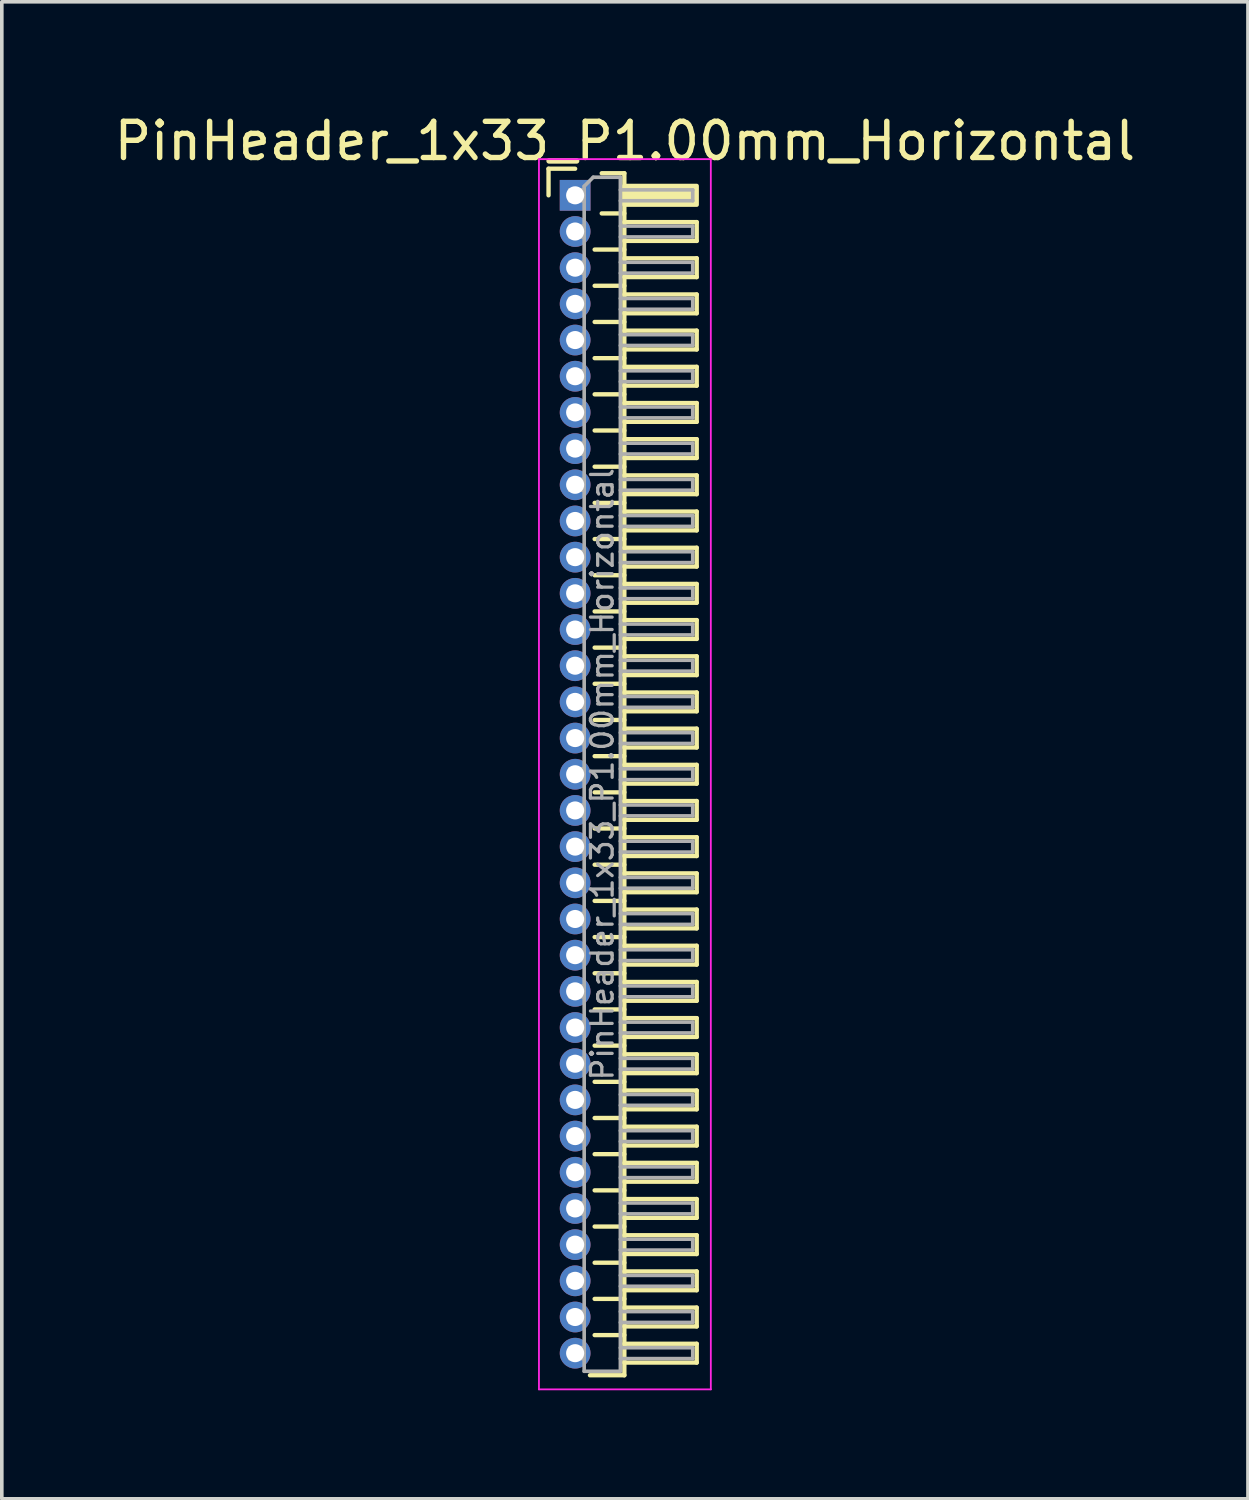
<source format=kicad_pcb>
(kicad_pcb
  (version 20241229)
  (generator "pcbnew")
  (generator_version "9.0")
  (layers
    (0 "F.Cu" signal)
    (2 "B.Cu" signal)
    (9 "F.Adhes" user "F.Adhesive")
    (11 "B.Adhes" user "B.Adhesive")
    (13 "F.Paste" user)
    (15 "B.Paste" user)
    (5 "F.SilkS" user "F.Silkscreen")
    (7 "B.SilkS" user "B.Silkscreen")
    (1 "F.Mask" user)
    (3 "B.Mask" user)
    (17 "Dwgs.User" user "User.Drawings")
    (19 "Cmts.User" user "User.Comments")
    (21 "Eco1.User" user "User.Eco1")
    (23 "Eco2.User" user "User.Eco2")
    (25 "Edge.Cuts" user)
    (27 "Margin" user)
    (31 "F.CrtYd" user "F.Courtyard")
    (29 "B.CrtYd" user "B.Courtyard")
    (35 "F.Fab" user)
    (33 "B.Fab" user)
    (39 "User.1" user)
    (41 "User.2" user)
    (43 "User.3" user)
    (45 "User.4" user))
  (footprint "PinHeader_1x33_P1.00mm_Horizontal"
    (layer "F.Cu")
    (at 12.845 2.348)
    (property "Reference" "PinHeader_1x33_P1.00mm_Horizontal" (at 1.375 -1.5 0) (layer "F.SilkS") (effects (font (size 1 1) (thickness 0.15))))
    (attr through_hole)
    (fp_line (start -0.735 -0.735) (end 0 -0.735) (stroke (width 0.12) (type solid)) (layer "F.SilkS"))
    (fp_line (start -0.735 0) (end -0.735 -0.735) (stroke (width 0.12) (type solid)) (layer "F.SilkS"))
    (fp_line (start 0.539 1.5) (end 1.36 1.5) (stroke (width 0.12) (type solid)) (layer "F.SilkS"))
    (fp_line (start 0.539 2.5) (end 1.36 2.5) (stroke (width 0.12) (type solid)) (layer "F.SilkS"))
    (fp_line (start 0.539 3.5) (end 1.36 3.5) (stroke (width 0.12) (type solid)) (layer "F.SilkS"))
    (fp_line (start 0.539 4.5) (end 1.36 4.5) (stroke (width 0.12) (type solid)) (layer "F.SilkS"))
    (fp_line (start 0.539 5.5) (end 1.36 5.5) (stroke (width 0.12) (type solid)) (layer "F.SilkS"))
    (fp_line (start 0.539 6.5) (end 1.36 6.5) (stroke (width 0.12) (type solid)) (layer "F.SilkS"))
    (fp_line (start 0.539 7.5) (end 1.36 7.5) (stroke (width 0.12) (type solid)) (layer "F.SilkS"))
    (fp_line (start 0.539 8.5) (end 1.36 8.5) (stroke (width 0.12) (type solid)) (layer "F.SilkS"))
    (fp_line (start 0.539 9.5) (end 1.36 9.5) (stroke (width 0.12) (type solid)) (layer "F.SilkS"))
    (fp_line (start 0.539 10.5) (end 1.36 10.5) (stroke (width 0.12) (type solid)) (layer "F.SilkS"))
    (fp_line (start 0.539 11.5) (end 1.36 11.5) (stroke (width 0.12) (type solid)) (layer "F.SilkS"))
    (fp_line (start 0.539 12.5) (end 1.36 12.5) (stroke (width 0.12) (type solid)) (layer "F.SilkS"))
    (fp_line (start 0.539 13.5) (end 1.36 13.5) (stroke (width 0.12) (type solid)) (layer "F.SilkS"))
    (fp_line (start 0.539 14.5) (end 1.36 14.5) (stroke (width 0.12) (type solid)) (layer "F.SilkS"))
    (fp_line (start 0.539 15.5) (end 1.36 15.5) (stroke (width 0.12) (type solid)) (layer "F.SilkS"))
    (fp_line (start 0.539 16.5) (end 1.36 16.5) (stroke (width 0.12) (type solid)) (layer "F.SilkS"))
    (fp_line (start 0.539 17.5) (end 1.36 17.5) (stroke (width 0.12) (type solid)) (layer "F.SilkS"))
    (fp_line (start 0.539 18.5) (end 1.36 18.5) (stroke (width 0.12) (type solid)) (layer "F.SilkS"))
    (fp_line (start 0.539 19.5) (end 1.36 19.5) (stroke (width 0.12) (type solid)) (layer "F.SilkS"))
    (fp_line (start 0.539 20.5) (end 1.36 20.5) (stroke (width 0.12) (type solid)) (layer "F.SilkS"))
    (fp_line (start 0.539 21.5) (end 1.36 21.5) (stroke (width 0.12) (type solid)) (layer "F.SilkS"))
    (fp_line (start 0.539 22.5) (end 1.36 22.5) (stroke (width 0.12) (type solid)) (layer "F.SilkS"))
    (fp_line (start 0.539 23.5) (end 1.36 23.5) (stroke (width 0.12) (type solid)) (layer "F.SilkS"))
    (fp_line (start 0.539 24.5) (end 1.36 24.5) (stroke (width 0.12) (type solid)) (layer "F.SilkS"))
    (fp_line (start 0.539 25.5) (end 1.36 25.5) (stroke (width 0.12) (type solid)) (layer "F.SilkS"))
    (fp_line (start 0.539 26.5) (end 1.36 26.5) (stroke (width 0.12) (type solid)) (layer "F.SilkS"))
    (fp_line (start 0.539 27.5) (end 1.36 27.5) (stroke (width 0.12) (type solid)) (layer "F.SilkS"))
    (fp_line (start 0.539 28.5) (end 1.36 28.5) (stroke (width 0.12) (type solid)) (layer "F.SilkS"))
    (fp_line (start 0.539 29.5) (end 1.36 29.5) (stroke (width 0.12) (type solid)) (layer "F.SilkS"))
    (fp_line (start 0.539 30.5) (end 1.36 30.5) (stroke (width 0.12) (type solid)) (layer "F.SilkS"))
    (fp_line (start 0.539 31.5) (end 1.36 31.5) (stroke (width 0.12) (type solid)) (layer "F.SilkS"))
    (fp_line (start 0.735 -0.61) (end 1.36 -0.61) (stroke (width 0.12) (type solid)) (layer "F.SilkS"))
    (fp_line (start 0.735 0.5) (end 1.36 0.5) (stroke (width 0.12) (type solid)) (layer "F.SilkS"))
    (fp_line (start 1.36 -0.61) (end 1.36 32.61) (stroke (width 0.12) (type solid)) (layer "F.SilkS"))
    (fp_line (start 1.36 0.74) (end 3.36 0.74) (stroke (width 0.12) (type solid)) (layer "F.SilkS"))
    (fp_line (start 1.36 1.74) (end 3.36 1.74) (stroke (width 0.12) (type solid)) (layer "F.SilkS"))
    (fp_line (start 1.36 2.74) (end 3.36 2.74) (stroke (width 0.12) (type solid)) (layer "F.SilkS"))
    (fp_line (start 1.36 3.74) (end 3.36 3.74) (stroke (width 0.12) (type solid)) (layer "F.SilkS"))
    (fp_line (start 1.36 4.74) (end 3.36 4.74) (stroke (width 0.12) (type solid)) (layer "F.SilkS"))
    (fp_line (start 1.36 5.74) (end 3.36 5.74) (stroke (width 0.12) (type solid)) (layer "F.SilkS"))
    (fp_line (start 1.36 6.74) (end 3.36 6.74) (stroke (width 0.12) (type solid)) (layer "F.SilkS"))
    (fp_line (start 1.36 7.74) (end 3.36 7.74) (stroke (width 0.12) (type solid)) (layer "F.SilkS"))
    (fp_line (start 1.36 8.74) (end 3.36 8.74) (stroke (width 0.12) (type solid)) (layer "F.SilkS"))
    (fp_line (start 1.36 9.74) (end 3.36 9.74) (stroke (width 0.12) (type solid)) (layer "F.SilkS"))
    (fp_line (start 1.36 10.74) (end 3.36 10.74) (stroke (width 0.12) (type solid)) (layer "F.SilkS"))
    (fp_line (start 1.36 11.74) (end 3.36 11.74) (stroke (width 0.12) (type solid)) (layer "F.SilkS"))
    (fp_line (start 1.36 12.74) (end 3.36 12.74) (stroke (width 0.12) (type solid)) (layer "F.SilkS"))
    (fp_line (start 1.36 13.74) (end 3.36 13.74) (stroke (width 0.12) (type solid)) (layer "F.SilkS"))
    (fp_line (start 1.36 14.74) (end 3.36 14.74) (stroke (width 0.12) (type solid)) (layer "F.SilkS"))
    (fp_line (start 1.36 15.74) (end 3.36 15.74) (stroke (width 0.12) (type solid)) (layer "F.SilkS"))
    (fp_line (start 1.36 16.74) (end 3.36 16.74) (stroke (width 0.12) (type solid)) (layer "F.SilkS"))
    (fp_line (start 1.36 17.74) (end 3.36 17.74) (stroke (width 0.12) (type solid)) (layer "F.SilkS"))
    (fp_line (start 1.36 18.74) (end 3.36 18.74) (stroke (width 0.12) (type solid)) (layer "F.SilkS"))
    (fp_line (start 1.36 19.74) (end 3.36 19.74) (stroke (width 0.12) (type solid)) (layer "F.SilkS"))
    (fp_line (start 1.36 20.74) (end 3.36 20.74) (stroke (width 0.12) (type solid)) (layer "F.SilkS"))
    (fp_line (start 1.36 21.74) (end 3.36 21.74) (stroke (width 0.12) (type solid)) (layer "F.SilkS"))
    (fp_line (start 1.36 22.74) (end 3.36 22.74) (stroke (width 0.12) (type solid)) (layer "F.SilkS"))
    (fp_line (start 1.36 23.74) (end 3.36 23.74) (stroke (width 0.12) (type solid)) (layer "F.SilkS"))
    (fp_line (start 1.36 24.74) (end 3.36 24.74) (stroke (width 0.12) (type solid)) (layer "F.SilkS"))
    (fp_line (start 1.36 25.74) (end 3.36 25.74) (stroke (width 0.12) (type solid)) (layer "F.SilkS"))
    (fp_line (start 1.36 26.74) (end 3.36 26.74) (stroke (width 0.12) (type solid)) (layer "F.SilkS"))
    (fp_line (start 1.36 27.74) (end 3.36 27.74) (stroke (width 0.12) (type solid)) (layer "F.SilkS"))
    (fp_line (start 1.36 28.74) (end 3.36 28.74) (stroke (width 0.12) (type solid)) (layer "F.SilkS"))
    (fp_line (start 1.36 29.74) (end 3.36 29.74) (stroke (width 0.12) (type solid)) (layer "F.SilkS"))
    (fp_line (start 1.36 30.74) (end 3.36 30.74) (stroke (width 0.12) (type solid)) (layer "F.SilkS"))
    (fp_line (start 1.36 31.74) (end 3.36 31.74) (stroke (width 0.12) (type solid)) (layer "F.SilkS"))
    (fp_line (start 1.36 32.61) (end 0.41 32.61) (stroke (width 0.12) (type solid)) (layer "F.SilkS"))
    (fp_line (start 3.36 0.74) (end 3.36 1.26) (stroke (width 0.12) (type solid)) (layer "F.SilkS"))
    (fp_line (start 3.36 1.26) (end 1.36 1.26) (stroke (width 0.12) (type solid)) (layer "F.SilkS"))
    (fp_line (start 3.36 1.74) (end 3.36 2.26) (stroke (width 0.12) (type solid)) (layer "F.SilkS"))
    (fp_line (start 3.36 2.26) (end 1.36 2.26) (stroke (width 0.12) (type solid)) (layer "F.SilkS"))
    (fp_line (start 3.36 2.74) (end 3.36 3.26) (stroke (width 0.12) (type solid)) (layer "F.SilkS"))
    (fp_line (start 3.36 3.26) (end 1.36 3.26) (stroke (width 0.12) (type solid)) (layer "F.SilkS"))
    (fp_line (start 3.36 3.74) (end 3.36 4.26) (stroke (width 0.12) (type solid)) (layer "F.SilkS"))
    (fp_line (start 3.36 4.26) (end 1.36 4.26) (stroke (width 0.12) (type solid)) (layer "F.SilkS"))
    (fp_line (start 3.36 4.74) (end 3.36 5.26) (stroke (width 0.12) (type solid)) (layer "F.SilkS"))
    (fp_line (start 3.36 5.26) (end 1.36 5.26) (stroke (width 0.12) (type solid)) (layer "F.SilkS"))
    (fp_line (start 3.36 5.74) (end 3.36 6.26) (stroke (width 0.12) (type solid)) (layer "F.SilkS"))
    (fp_line (start 3.36 6.26) (end 1.36 6.26) (stroke (width 0.12) (type solid)) (layer "F.SilkS"))
    (fp_line (start 3.36 6.74) (end 3.36 7.26) (stroke (width 0.12) (type solid)) (layer "F.SilkS"))
    (fp_line (start 3.36 7.26) (end 1.36 7.26) (stroke (width 0.12) (type solid)) (layer "F.SilkS"))
    (fp_line (start 3.36 7.74) (end 3.36 8.26) (stroke (width 0.12) (type solid)) (layer "F.SilkS"))
    (fp_line (start 3.36 8.26) (end 1.36 8.26) (stroke (width 0.12) (type solid)) (layer "F.SilkS"))
    (fp_line (start 3.36 8.74) (end 3.36 9.26) (stroke (width 0.12) (type solid)) (layer "F.SilkS"))
    (fp_line (start 3.36 9.26) (end 1.36 9.26) (stroke (width 0.12) (type solid)) (layer "F.SilkS"))
    (fp_line (start 3.36 9.74) (end 3.36 10.26) (stroke (width 0.12) (type solid)) (layer "F.SilkS"))
    (fp_line (start 3.36 10.26) (end 1.36 10.26) (stroke (width 0.12) (type solid)) (layer "F.SilkS"))
    (fp_line (start 3.36 10.74) (end 3.36 11.26) (stroke (width 0.12) (type solid)) (layer "F.SilkS"))
    (fp_line (start 3.36 11.26) (end 1.36 11.26) (stroke (width 0.12) (type solid)) (layer "F.SilkS"))
    (fp_line (start 3.36 11.74) (end 3.36 12.26) (stroke (width 0.12) (type solid)) (layer "F.SilkS"))
    (fp_line (start 3.36 12.26) (end 1.36 12.26) (stroke (width 0.12) (type solid)) (layer "F.SilkS"))
    (fp_line (start 3.36 12.74) (end 3.36 13.26) (stroke (width 0.12) (type solid)) (layer "F.SilkS"))
    (fp_line (start 3.36 13.26) (end 1.36 13.26) (stroke (width 0.12) (type solid)) (layer "F.SilkS"))
    (fp_line (start 3.36 13.74) (end 3.36 14.26) (stroke (width 0.12) (type solid)) (layer "F.SilkS"))
    (fp_line (start 3.36 14.26) (end 1.36 14.26) (stroke (width 0.12) (type solid)) (layer "F.SilkS"))
    (fp_line (start 3.36 14.74) (end 3.36 15.26) (stroke (width 0.12) (type solid)) (layer "F.SilkS"))
    (fp_line (start 3.36 15.26) (end 1.36 15.26) (stroke (width 0.12) (type solid)) (layer "F.SilkS"))
    (fp_line (start 3.36 15.74) (end 3.36 16.26) (stroke (width 0.12) (type solid)) (layer "F.SilkS"))
    (fp_line (start 3.36 16.26) (end 1.36 16.26) (stroke (width 0.12) (type solid)) (layer "F.SilkS"))
    (fp_line (start 3.36 16.74) (end 3.36 17.26) (stroke (width 0.12) (type solid)) (layer "F.SilkS"))
    (fp_line (start 3.36 17.26) (end 1.36 17.26) (stroke (width 0.12) (type solid)) (layer "F.SilkS"))
    (fp_line (start 3.36 17.74) (end 3.36 18.26) (stroke (width 0.12) (type solid)) (layer "F.SilkS"))
    (fp_line (start 3.36 18.26) (end 1.36 18.26) (stroke (width 0.12) (type solid)) (layer "F.SilkS"))
    (fp_line (start 3.36 18.74) (end 3.36 19.26) (stroke (width 0.12) (type solid)) (layer "F.SilkS"))
    (fp_line (start 3.36 19.26) (end 1.36 19.26) (stroke (width 0.12) (type solid)) (layer "F.SilkS"))
    (fp_line (start 3.36 19.74) (end 3.36 20.26) (stroke (width 0.12) (type solid)) (layer "F.SilkS"))
    (fp_line (start 3.36 20.26) (end 1.36 20.26) (stroke (width 0.12) (type solid)) (layer "F.SilkS"))
    (fp_line (start 3.36 20.74) (end 3.36 21.26) (stroke (width 0.12) (type solid)) (layer "F.SilkS"))
    (fp_line (start 3.36 21.26) (end 1.36 21.26) (stroke (width 0.12) (type solid)) (layer "F.SilkS"))
    (fp_line (start 3.36 21.74) (end 3.36 22.26) (stroke (width 0.12) (type solid)) (layer "F.SilkS"))
    (fp_line (start 3.36 22.26) (end 1.36 22.26) (stroke (width 0.12) (type solid)) (layer "F.SilkS"))
    (fp_line (start 3.36 22.74) (end 3.36 23.26) (stroke (width 0.12) (type solid)) (layer "F.SilkS"))
    (fp_line (start 3.36 23.26) (end 1.36 23.26) (stroke (width 0.12) (type solid)) (layer "F.SilkS"))
    (fp_line (start 3.36 23.74) (end 3.36 24.26) (stroke (width 0.12) (type solid)) (layer "F.SilkS"))
    (fp_line (start 3.36 24.26) (end 1.36 24.26) (stroke (width 0.12) (type solid)) (layer "F.SilkS"))
    (fp_line (start 3.36 24.74) (end 3.36 25.26) (stroke (width 0.12) (type solid)) (layer "F.SilkS"))
    (fp_line (start 3.36 25.26) (end 1.36 25.26) (stroke (width 0.12) (type solid)) (layer "F.SilkS"))
    (fp_line (start 3.36 25.74) (end 3.36 26.26) (stroke (width 0.12) (type solid)) (layer "F.SilkS"))
    (fp_line (start 3.36 26.26) (end 1.36 26.26) (stroke (width 0.12) (type solid)) (layer "F.SilkS"))
    (fp_line (start 3.36 26.74) (end 3.36 27.26) (stroke (width 0.12) (type solid)) (layer "F.SilkS"))
    (fp_line (start 3.36 27.26) (end 1.36 27.26) (stroke (width 0.12) (type solid)) (layer "F.SilkS"))
    (fp_line (start 3.36 27.74) (end 3.36 28.26) (stroke (width 0.12) (type solid)) (layer "F.SilkS"))
    (fp_line (start 3.36 28.26) (end 1.36 28.26) (stroke (width 0.12) (type solid)) (layer "F.SilkS"))
    (fp_line (start 3.36 28.74) (end 3.36 29.26) (stroke (width 0.12) (type solid)) (layer "F.SilkS"))
    (fp_line (start 3.36 29.26) (end 1.36 29.26) (stroke (width 0.12) (type solid)) (layer "F.SilkS"))
    (fp_line (start 3.36 29.74) (end 3.36 30.26) (stroke (width 0.12) (type solid)) (layer "F.SilkS"))
    (fp_line (start 3.36 30.26) (end 1.36 30.26) (stroke (width 0.12) (type solid)) (layer "F.SilkS"))
    (fp_line (start 3.36 30.74) (end 3.36 31.26) (stroke (width 0.12) (type solid)) (layer "F.SilkS"))
    (fp_line (start 3.36 31.26) (end 1.36 31.26) (stroke (width 0.12) (type solid)) (layer "F.SilkS"))
    (fp_line (start 3.36 31.74) (end 3.36 32.26) (stroke (width 0.12) (type solid)) (layer "F.SilkS"))
    (fp_line (start 3.36 32.26) (end 1.36 32.26) (stroke (width 0.12) (type solid)) (layer "F.SilkS"))
    (fp_rect (start 1.36 -0.26) (end 3.36 0.26) (stroke (width 0.12) (type solid)) (fill yes) (layer "F.SilkS"))
    (fp_line (start -1 -1) (end -1 33) (stroke (width 0.05) (type solid)) (layer "F.CrtYd"))
    (fp_line (start -1 33) (end 3.75 33) (stroke (width 0.05) (type solid)) (layer "F.CrtYd"))
    (fp_line (start 3.75 -1) (end -1 -1) (stroke (width 0.05) (type solid)) (layer "F.CrtYd"))
    (fp_line (start 3.75 33) (end 3.75 -1) (stroke (width 0.05) (type solid)) (layer "F.CrtYd"))
    (fp_line (start -0.15 -0.15) (end -0.15 0.15) (stroke (width 0.1) (type solid)) (layer "F.Fab"))
    (fp_line (start -0.15 -0.15) (end 0.25 -0.15) (stroke (width 0.1) (type solid)) (layer "F.Fab"))
    (fp_line (start -0.15 0.15) (end 0.25 0.15) (stroke (width 0.1) (type solid)) (layer "F.Fab"))
    (fp_line (start -0.15 0.85) (end -0.15 1.15) (stroke (width 0.1) (type solid)) (layer "F.Fab"))
    (fp_line (start -0.15 0.85) (end 0.25 0.85) (stroke (width 0.1) (type solid)) (layer "F.Fab"))
    (fp_line (start -0.15 1.15) (end 0.25 1.15) (stroke (width 0.1) (type solid)) (layer "F.Fab"))
    (fp_line (start -0.15 1.85) (end -0.15 2.15) (stroke (width 0.1) (type solid)) (layer "F.Fab"))
    (fp_line (start -0.15 1.85) (end 0.25 1.85) (stroke (width 0.1) (type solid)) (layer "F.Fab"))
    (fp_line (start -0.15 2.15) (end 0.25 2.15) (stroke (width 0.1) (type solid)) (layer "F.Fab"))
    (fp_line (start -0.15 2.85) (end -0.15 3.15) (stroke (width 0.1) (type solid)) (layer "F.Fab"))
    (fp_line (start -0.15 2.85) (end 0.25 2.85) (stroke (width 0.1) (type solid)) (layer "F.Fab"))
    (fp_line (start -0.15 3.15) (end 0.25 3.15) (stroke (width 0.1) (type solid)) (layer "F.Fab"))
    (fp_line (start -0.15 3.85) (end -0.15 4.15) (stroke (width 0.1) (type solid)) (layer "F.Fab"))
    (fp_line (start -0.15 3.85) (end 0.25 3.85) (stroke (width 0.1) (type solid)) (layer "F.Fab"))
    (fp_line (start -0.15 4.15) (end 0.25 4.15) (stroke (width 0.1) (type solid)) (layer "F.Fab"))
    (fp_line (start -0.15 4.85) (end -0.15 5.15) (stroke (width 0.1) (type solid)) (layer "F.Fab"))
    (fp_line (start -0.15 4.85) (end 0.25 4.85) (stroke (width 0.1) (type solid)) (layer "F.Fab"))
    (fp_line (start -0.15 5.15) (end 0.25 5.15) (stroke (width 0.1) (type solid)) (layer "F.Fab"))
    (fp_line (start -0.15 5.85) (end -0.15 6.15) (stroke (width 0.1) (type solid)) (layer "F.Fab"))
    (fp_line (start -0.15 5.85) (end 0.25 5.85) (stroke (width 0.1) (type solid)) (layer "F.Fab"))
    (fp_line (start -0.15 6.15) (end 0.25 6.15) (stroke (width 0.1) (type solid)) (layer "F.Fab"))
    (fp_line (start -0.15 6.85) (end -0.15 7.15) (stroke (width 0.1) (type solid)) (layer "F.Fab"))
    (fp_line (start -0.15 6.85) (end 0.25 6.85) (stroke (width 0.1) (type solid)) (layer "F.Fab"))
    (fp_line (start -0.15 7.15) (end 0.25 7.15) (stroke (width 0.1) (type solid)) (layer "F.Fab"))
    (fp_line (start -0.15 7.85) (end -0.15 8.15) (stroke (width 0.1) (type solid)) (layer "F.Fab"))
    (fp_line (start -0.15 7.85) (end 0.25 7.85) (stroke (width 0.1) (type solid)) (layer "F.Fab"))
    (fp_line (start -0.15 8.15) (end 0.25 8.15) (stroke (width 0.1) (type solid)) (layer "F.Fab"))
    (fp_line (start -0.15 8.85) (end -0.15 9.15) (stroke (width 0.1) (type solid)) (layer "F.Fab"))
    (fp_line (start -0.15 8.85) (end 0.25 8.85) (stroke (width 0.1) (type solid)) (layer "F.Fab"))
    (fp_line (start -0.15 9.15) (end 0.25 9.15) (stroke (width 0.1) (type solid)) (layer "F.Fab"))
    (fp_line (start -0.15 9.85) (end -0.15 10.15) (stroke (width 0.1) (type solid)) (layer "F.Fab"))
    (fp_line (start -0.15 9.85) (end 0.25 9.85) (stroke (width 0.1) (type solid)) (layer "F.Fab"))
    (fp_line (start -0.15 10.15) (end 0.25 10.15) (stroke (width 0.1) (type solid)) (layer "F.Fab"))
    (fp_line (start -0.15 10.85) (end -0.15 11.15) (stroke (width 0.1) (type solid)) (layer "F.Fab"))
    (fp_line (start -0.15 10.85) (end 0.25 10.85) (stroke (width 0.1) (type solid)) (layer "F.Fab"))
    (fp_line (start -0.15 11.15) (end 0.25 11.15) (stroke (width 0.1) (type solid)) (layer "F.Fab"))
    (fp_line (start -0.15 11.85) (end -0.15 12.15) (stroke (width 0.1) (type solid)) (layer "F.Fab"))
    (fp_line (start -0.15 11.85) (end 0.25 11.85) (stroke (width 0.1) (type solid)) (layer "F.Fab"))
    (fp_line (start -0.15 12.15) (end 0.25 12.15) (stroke (width 0.1) (type solid)) (layer "F.Fab"))
    (fp_line (start -0.15 12.85) (end -0.15 13.15) (stroke (width 0.1) (type solid)) (layer "F.Fab"))
    (fp_line (start -0.15 12.85) (end 0.25 12.85) (stroke (width 0.1) (type solid)) (layer "F.Fab"))
    (fp_line (start -0.15 13.15) (end 0.25 13.15) (stroke (width 0.1) (type solid)) (layer "F.Fab"))
    (fp_line (start -0.15 13.85) (end -0.15 14.15) (stroke (width 0.1) (type solid)) (layer "F.Fab"))
    (fp_line (start -0.15 13.85) (end 0.25 13.85) (stroke (width 0.1) (type solid)) (layer "F.Fab"))
    (fp_line (start -0.15 14.15) (end 0.25 14.15) (stroke (width 0.1) (type solid)) (layer "F.Fab"))
    (fp_line (start -0.15 14.85) (end -0.15 15.15) (stroke (width 0.1) (type solid)) (layer "F.Fab"))
    (fp_line (start -0.15 14.85) (end 0.25 14.85) (stroke (width 0.1) (type solid)) (layer "F.Fab"))
    (fp_line (start -0.15 15.15) (end 0.25 15.15) (stroke (width 0.1) (type solid)) (layer "F.Fab"))
    (fp_line (start -0.15 15.85) (end -0.15 16.15) (stroke (width 0.1) (type solid)) (layer "F.Fab"))
    (fp_line (start -0.15 15.85) (end 0.25 15.85) (stroke (width 0.1) (type solid)) (layer "F.Fab"))
    (fp_line (start -0.15 16.15) (end 0.25 16.15) (stroke (width 0.1) (type solid)) (layer "F.Fab"))
    (fp_line (start -0.15 16.85) (end -0.15 17.15) (stroke (width 0.1) (type solid)) (layer "F.Fab"))
    (fp_line (start -0.15 16.85) (end 0.25 16.85) (stroke (width 0.1) (type solid)) (layer "F.Fab"))
    (fp_line (start -0.15 17.15) (end 0.25 17.15) (stroke (width 0.1) (type solid)) (layer "F.Fab"))
    (fp_line (start -0.15 17.85) (end -0.15 18.15) (stroke (width 0.1) (type solid)) (layer "F.Fab"))
    (fp_line (start -0.15 17.85) (end 0.25 17.85) (stroke (width 0.1) (type solid)) (layer "F.Fab"))
    (fp_line (start -0.15 18.15) (end 0.25 18.15) (stroke (width 0.1) (type solid)) (layer "F.Fab"))
    (fp_line (start -0.15 18.85) (end -0.15 19.15) (stroke (width 0.1) (type solid)) (layer "F.Fab"))
    (fp_line (start -0.15 18.85) (end 0.25 18.85) (stroke (width 0.1) (type solid)) (layer "F.Fab"))
    (fp_line (start -0.15 19.15) (end 0.25 19.15) (stroke (width 0.1) (type solid)) (layer "F.Fab"))
    (fp_line (start -0.15 19.85) (end -0.15 20.15) (stroke (width 0.1) (type solid)) (layer "F.Fab"))
    (fp_line (start -0.15 19.85) (end 0.25 19.85) (stroke (width 0.1) (type solid)) (layer "F.Fab"))
    (fp_line (start -0.15 20.15) (end 0.25 20.15) (stroke (width 0.1) (type solid)) (layer "F.Fab"))
    (fp_line (start -0.15 20.85) (end -0.15 21.15) (stroke (width 0.1) (type solid)) (layer "F.Fab"))
    (fp_line (start -0.15 20.85) (end 0.25 20.85) (stroke (width 0.1) (type solid)) (layer "F.Fab"))
    (fp_line (start -0.15 21.15) (end 0.25 21.15) (stroke (width 0.1) (type solid)) (layer "F.Fab"))
    (fp_line (start -0.15 21.85) (end -0.15 22.15) (stroke (width 0.1) (type solid)) (layer "F.Fab"))
    (fp_line (start -0.15 21.85) (end 0.25 21.85) (stroke (width 0.1) (type solid)) (layer "F.Fab"))
    (fp_line (start -0.15 22.15) (end 0.25 22.15) (stroke (width 0.1) (type solid)) (layer "F.Fab"))
    (fp_line (start -0.15 22.85) (end -0.15 23.15) (stroke (width 0.1) (type solid)) (layer "F.Fab"))
    (fp_line (start -0.15 22.85) (end 0.25 22.85) (stroke (width 0.1) (type solid)) (layer "F.Fab"))
    (fp_line (start -0.15 23.15) (end 0.25 23.15) (stroke (width 0.1) (type solid)) (layer "F.Fab"))
    (fp_line (start -0.15 23.85) (end -0.15 24.15) (stroke (width 0.1) (type solid)) (layer "F.Fab"))
    (fp_line (start -0.15 23.85) (end 0.25 23.85) (stroke (width 0.1) (type solid)) (layer "F.Fab"))
    (fp_line (start -0.15 24.15) (end 0.25 24.15) (stroke (width 0.1) (type solid)) (layer "F.Fab"))
    (fp_line (start -0.15 24.85) (end -0.15 25.15) (stroke (width 0.1) (type solid)) (layer "F.Fab"))
    (fp_line (start -0.15 24.85) (end 0.25 24.85) (stroke (width 0.1) (type solid)) (layer "F.Fab"))
    (fp_line (start -0.15 25.15) (end 0.25 25.15) (stroke (width 0.1) (type solid)) (layer "F.Fab"))
    (fp_line (start -0.15 25.85) (end -0.15 26.15) (stroke (width 0.1) (type solid)) (layer "F.Fab"))
    (fp_line (start -0.15 25.85) (end 0.25 25.85) (stroke (width 0.1) (type solid)) (layer "F.Fab"))
    (fp_line (start -0.15 26.15) (end 0.25 26.15) (stroke (width 0.1) (type solid)) (layer "F.Fab"))
    (fp_line (start -0.15 26.85) (end -0.15 27.15) (stroke (width 0.1) (type solid)) (layer "F.Fab"))
    (fp_line (start -0.15 26.85) (end 0.25 26.85) (stroke (width 0.1) (type solid)) (layer "F.Fab"))
    (fp_line (start -0.15 27.15) (end 0.25 27.15) (stroke (width 0.1) (type solid)) (layer "F.Fab"))
    (fp_line (start -0.15 27.85) (end -0.15 28.15) (stroke (width 0.1) (type solid)) (layer "F.Fab"))
    (fp_line (start -0.15 27.85) (end 0.25 27.85) (stroke (width 0.1) (type solid)) (layer "F.Fab"))
    (fp_line (start -0.15 28.15) (end 0.25 28.15) (stroke (width 0.1) (type solid)) (layer "F.Fab"))
    (fp_line (start -0.15 28.85) (end -0.15 29.15) (stroke (width 0.1) (type solid)) (layer "F.Fab"))
    (fp_line (start -0.15 28.85) (end 0.25 28.85) (stroke (width 0.1) (type solid)) (layer "F.Fab"))
    (fp_line (start -0.15 29.15) (end 0.25 29.15) (stroke (width 0.1) (type solid)) (layer "F.Fab"))
    (fp_line (start -0.15 29.85) (end -0.15 30.15) (stroke (width 0.1) (type solid)) (layer "F.Fab"))
    (fp_line (start -0.15 29.85) (end 0.25 29.85) (stroke (width 0.1) (type solid)) (layer "F.Fab"))
    (fp_line (start -0.15 30.15) (end 0.25 30.15) (stroke (width 0.1) (type solid)) (layer "F.Fab"))
    (fp_line (start -0.15 30.85) (end -0.15 31.15) (stroke (width 0.1) (type solid)) (layer "F.Fab"))
    (fp_line (start -0.15 30.85) (end 0.25 30.85) (stroke (width 0.1) (type solid)) (layer "F.Fab"))
    (fp_line (start -0.15 31.15) (end 0.25 31.15) (stroke (width 0.1) (type solid)) (layer "F.Fab"))
    (fp_line (start -0.15 31.85) (end -0.15 32.15) (stroke (width 0.1) (type solid)) (layer "F.Fab"))
    (fp_line (start -0.15 31.85) (end 0.25 31.85) (stroke (width 0.1) (type solid)) (layer "F.Fab"))
    (fp_line (start -0.15 32.15) (end 0.25 32.15) (stroke (width 0.1) (type solid)) (layer "F.Fab"))
    (fp_line (start 0.25 -0.25) (end 0.5 -0.5) (stroke (width 0.1) (type solid)) (layer "F.Fab"))
    (fp_line (start 0.25 32.5) (end 0.25 -0.25) (stroke (width 0.1) (type solid)) (layer "F.Fab"))
    (fp_line (start 0.5 -0.5) (end 1.25 -0.5) (stroke (width 0.1) (type solid)) (layer "F.Fab"))
    (fp_line (start 1.25 -0.5) (end 1.25 32.5) (stroke (width 0.1) (type solid)) (layer "F.Fab"))
    (fp_line (start 1.25 -0.15) (end 3.25 -0.15) (stroke (width 0.1) (type solid)) (layer "F.Fab"))
    (fp_line (start 1.25 0.15) (end 3.25 0.15) (stroke (width 0.1) (type solid)) (layer "F.Fab"))
    (fp_line (start 1.25 0.85) (end 3.25 0.85) (stroke (width 0.1) (type solid)) (layer "F.Fab"))
    (fp_line (start 1.25 1.15) (end 3.25 1.15) (stroke (width 0.1) (type solid)) (layer "F.Fab"))
    (fp_line (start 1.25 1.85) (end 3.25 1.85) (stroke (width 0.1) (type solid)) (layer "F.Fab"))
    (fp_line (start 1.25 2.15) (end 3.25 2.15) (stroke (width 0.1) (type solid)) (layer "F.Fab"))
    (fp_line (start 1.25 2.85) (end 3.25 2.85) (stroke (width 0.1) (type solid)) (layer "F.Fab"))
    (fp_line (start 1.25 3.15) (end 3.25 3.15) (stroke (width 0.1) (type solid)) (layer "F.Fab"))
    (fp_line (start 1.25 3.85) (end 3.25 3.85) (stroke (width 0.1) (type solid)) (layer "F.Fab"))
    (fp_line (start 1.25 4.15) (end 3.25 4.15) (stroke (width 0.1) (type solid)) (layer "F.Fab"))
    (fp_line (start 1.25 4.85) (end 3.25 4.85) (stroke (width 0.1) (type solid)) (layer "F.Fab"))
    (fp_line (start 1.25 5.15) (end 3.25 5.15) (stroke (width 0.1) (type solid)) (layer "F.Fab"))
    (fp_line (start 1.25 5.85) (end 3.25 5.85) (stroke (width 0.1) (type solid)) (layer "F.Fab"))
    (fp_line (start 1.25 6.15) (end 3.25 6.15) (stroke (width 0.1) (type solid)) (layer "F.Fab"))
    (fp_line (start 1.25 6.85) (end 3.25 6.85) (stroke (width 0.1) (type solid)) (layer "F.Fab"))
    (fp_line (start 1.25 7.15) (end 3.25 7.15) (stroke (width 0.1) (type solid)) (layer "F.Fab"))
    (fp_line (start 1.25 7.85) (end 3.25 7.85) (stroke (width 0.1) (type solid)) (layer "F.Fab"))
    (fp_line (start 1.25 8.15) (end 3.25 8.15) (stroke (width 0.1) (type solid)) (layer "F.Fab"))
    (fp_line (start 1.25 8.85) (end 3.25 8.85) (stroke (width 0.1) (type solid)) (layer "F.Fab"))
    (fp_line (start 1.25 9.15) (end 3.25 9.15) (stroke (width 0.1) (type solid)) (layer "F.Fab"))
    (fp_line (start 1.25 9.85) (end 3.25 9.85) (stroke (width 0.1) (type solid)) (layer "F.Fab"))
    (fp_line (start 1.25 10.15) (end 3.25 10.15) (stroke (width 0.1) (type solid)) (layer "F.Fab"))
    (fp_line (start 1.25 10.85) (end 3.25 10.85) (stroke (width 0.1) (type solid)) (layer "F.Fab"))
    (fp_line (start 1.25 11.15) (end 3.25 11.15) (stroke (width 0.1) (type solid)) (layer "F.Fab"))
    (fp_line (start 1.25 11.85) (end 3.25 11.85) (stroke (width 0.1) (type solid)) (layer "F.Fab"))
    (fp_line (start 1.25 12.15) (end 3.25 12.15) (stroke (width 0.1) (type solid)) (layer "F.Fab"))
    (fp_line (start 1.25 12.85) (end 3.25 12.85) (stroke (width 0.1) (type solid)) (layer "F.Fab"))
    (fp_line (start 1.25 13.15) (end 3.25 13.15) (stroke (width 0.1) (type solid)) (layer "F.Fab"))
    (fp_line (start 1.25 13.85) (end 3.25 13.85) (stroke (width 0.1) (type solid)) (layer "F.Fab"))
    (fp_line (start 1.25 14.15) (end 3.25 14.15) (stroke (width 0.1) (type solid)) (layer "F.Fab"))
    (fp_line (start 1.25 14.85) (end 3.25 14.85) (stroke (width 0.1) (type solid)) (layer "F.Fab"))
    (fp_line (start 1.25 15.15) (end 3.25 15.15) (stroke (width 0.1) (type solid)) (layer "F.Fab"))
    (fp_line (start 1.25 15.85) (end 3.25 15.85) (stroke (width 0.1) (type solid)) (layer "F.Fab"))
    (fp_line (start 1.25 16.15) (end 3.25 16.15) (stroke (width 0.1) (type solid)) (layer "F.Fab"))
    (fp_line (start 1.25 16.85) (end 3.25 16.85) (stroke (width 0.1) (type solid)) (layer "F.Fab"))
    (fp_line (start 1.25 17.15) (end 3.25 17.15) (stroke (width 0.1) (type solid)) (layer "F.Fab"))
    (fp_line (start 1.25 17.85) (end 3.25 17.85) (stroke (width 0.1) (type solid)) (layer "F.Fab"))
    (fp_line (start 1.25 18.15) (end 3.25 18.15) (stroke (width 0.1) (type solid)) (layer "F.Fab"))
    (fp_line (start 1.25 18.85) (end 3.25 18.85) (stroke (width 0.1) (type solid)) (layer "F.Fab"))
    (fp_line (start 1.25 19.15) (end 3.25 19.15) (stroke (width 0.1) (type solid)) (layer "F.Fab"))
    (fp_line (start 1.25 19.85) (end 3.25 19.85) (stroke (width 0.1) (type solid)) (layer "F.Fab"))
    (fp_line (start 1.25 20.15) (end 3.25 20.15) (stroke (width 0.1) (type solid)) (layer "F.Fab"))
    (fp_line (start 1.25 20.85) (end 3.25 20.85) (stroke (width 0.1) (type solid)) (layer "F.Fab"))
    (fp_line (start 1.25 21.15) (end 3.25 21.15) (stroke (width 0.1) (type solid)) (layer "F.Fab"))
    (fp_line (start 1.25 21.85) (end 3.25 21.85) (stroke (width 0.1) (type solid)) (layer "F.Fab"))
    (fp_line (start 1.25 22.15) (end 3.25 22.15) (stroke (width 0.1) (type solid)) (layer "F.Fab"))
    (fp_line (start 1.25 22.85) (end 3.25 22.85) (stroke (width 0.1) (type solid)) (layer "F.Fab"))
    (fp_line (start 1.25 23.15) (end 3.25 23.15) (stroke (width 0.1) (type solid)) (layer "F.Fab"))
    (fp_line (start 1.25 23.85) (end 3.25 23.85) (stroke (width 0.1) (type solid)) (layer "F.Fab"))
    (fp_line (start 1.25 24.15) (end 3.25 24.15) (stroke (width 0.1) (type solid)) (layer "F.Fab"))
    (fp_line (start 1.25 24.85) (end 3.25 24.85) (stroke (width 0.1) (type solid)) (layer "F.Fab"))
    (fp_line (start 1.25 25.15) (end 3.25 25.15) (stroke (width 0.1) (type solid)) (layer "F.Fab"))
    (fp_line (start 1.25 25.85) (end 3.25 25.85) (stroke (width 0.1) (type solid)) (layer "F.Fab"))
    (fp_line (start 1.25 26.15) (end 3.25 26.15) (stroke (width 0.1) (type solid)) (layer "F.Fab"))
    (fp_line (start 1.25 26.85) (end 3.25 26.85) (stroke (width 0.1) (type solid)) (layer "F.Fab"))
    (fp_line (start 1.25 27.15) (end 3.25 27.15) (stroke (width 0.1) (type solid)) (layer "F.Fab"))
    (fp_line (start 1.25 27.85) (end 3.25 27.85) (stroke (width 0.1) (type solid)) (layer "F.Fab"))
    (fp_line (start 1.25 28.15) (end 3.25 28.15) (stroke (width 0.1) (type solid)) (layer "F.Fab"))
    (fp_line (start 1.25 28.85) (end 3.25 28.85) (stroke (width 0.1) (type solid)) (layer "F.Fab"))
    (fp_line (start 1.25 29.15) (end 3.25 29.15) (stroke (width 0.1) (type solid)) (layer "F.Fab"))
    (fp_line (start 1.25 29.85) (end 3.25 29.85) (stroke (width 0.1) (type solid)) (layer "F.Fab"))
    (fp_line (start 1.25 30.15) (end 3.25 30.15) (stroke (width 0.1) (type solid)) (layer "F.Fab"))
    (fp_line (start 1.25 30.85) (end 3.25 30.85) (stroke (width 0.1) (type solid)) (layer "F.Fab"))
    (fp_line (start 1.25 31.15) (end 3.25 31.15) (stroke (width 0.1) (type solid)) (layer "F.Fab"))
    (fp_line (start 1.25 31.85) (end 3.25 31.85) (stroke (width 0.1) (type solid)) (layer "F.Fab"))
    (fp_line (start 1.25 32.15) (end 3.25 32.15) (stroke (width 0.1) (type solid)) (layer "F.Fab"))
    (fp_line (start 1.25 32.5) (end 0.25 32.5) (stroke (width 0.1) (type solid)) (layer "F.Fab"))
    (fp_line (start 3.25 -0.15) (end 3.25 0.15) (stroke (width 0.1) (type solid)) (layer "F.Fab"))
    (fp_line (start 3.25 0.85) (end 3.25 1.15) (stroke (width 0.1) (type solid)) (layer "F.Fab"))
    (fp_line (start 3.25 1.85) (end 3.25 2.15) (stroke (width 0.1) (type solid)) (layer "F.Fab"))
    (fp_line (start 3.25 2.85) (end 3.25 3.15) (stroke (width 0.1) (type solid)) (layer "F.Fab"))
    (fp_line (start 3.25 3.85) (end 3.25 4.15) (stroke (width 0.1) (type solid)) (layer "F.Fab"))
    (fp_line (start 3.25 4.85) (end 3.25 5.15) (stroke (width 0.1) (type solid)) (layer "F.Fab"))
    (fp_line (start 3.25 5.85) (end 3.25 6.15) (stroke (width 0.1) (type solid)) (layer "F.Fab"))
    (fp_line (start 3.25 6.85) (end 3.25 7.15) (stroke (width 0.1) (type solid)) (layer "F.Fab"))
    (fp_line (start 3.25 7.85) (end 3.25 8.15) (stroke (width 0.1) (type solid)) (layer "F.Fab"))
    (fp_line (start 3.25 8.85) (end 3.25 9.15) (stroke (width 0.1) (type solid)) (layer "F.Fab"))
    (fp_line (start 3.25 9.85) (end 3.25 10.15) (stroke (width 0.1) (type solid)) (layer "F.Fab"))
    (fp_line (start 3.25 10.85) (end 3.25 11.15) (stroke (width 0.1) (type solid)) (layer "F.Fab"))
    (fp_line (start 3.25 11.85) (end 3.25 12.15) (stroke (width 0.1) (type solid)) (layer "F.Fab"))
    (fp_line (start 3.25 12.85) (end 3.25 13.15) (stroke (width 0.1) (type solid)) (layer "F.Fab"))
    (fp_line (start 3.25 13.85) (end 3.25 14.15) (stroke (width 0.1) (type solid)) (layer "F.Fab"))
    (fp_line (start 3.25 14.85) (end 3.25 15.15) (stroke (width 0.1) (type solid)) (layer "F.Fab"))
    (fp_line (start 3.25 15.85) (end 3.25 16.15) (stroke (width 0.1) (type solid)) (layer "F.Fab"))
    (fp_line (start 3.25 16.85) (end 3.25 17.15) (stroke (width 0.1) (type solid)) (layer "F.Fab"))
    (fp_line (start 3.25 17.85) (end 3.25 18.15) (stroke (width 0.1) (type solid)) (layer "F.Fab"))
    (fp_line (start 3.25 18.85) (end 3.25 19.15) (stroke (width 0.1) (type solid)) (layer "F.Fab"))
    (fp_line (start 3.25 19.85) (end 3.25 20.15) (stroke (width 0.1) (type solid)) (layer "F.Fab"))
    (fp_line (start 3.25 20.85) (end 3.25 21.15) (stroke (width 0.1) (type solid)) (layer "F.Fab"))
    (fp_line (start 3.25 21.85) (end 3.25 22.15) (stroke (width 0.1) (type solid)) (layer "F.Fab"))
    (fp_line (start 3.25 22.85) (end 3.25 23.15) (stroke (width 0.1) (type solid)) (layer "F.Fab"))
    (fp_line (start 3.25 23.85) (end 3.25 24.15) (stroke (width 0.1) (type solid)) (layer "F.Fab"))
    (fp_line (start 3.25 24.85) (end 3.25 25.15) (stroke (width 0.1) (type solid)) (layer "F.Fab"))
    (fp_line (start 3.25 25.85) (end 3.25 26.15) (stroke (width 0.1) (type solid)) (layer "F.Fab"))
    (fp_line (start 3.25 26.85) (end 3.25 27.15) (stroke (width 0.1) (type solid)) (layer "F.Fab"))
    (fp_line (start 3.25 27.85) (end 3.25 28.15) (stroke (width 0.1) (type solid)) (layer "F.Fab"))
    (fp_line (start 3.25 28.85) (end 3.25 29.15) (stroke (width 0.1) (type solid)) (layer "F.Fab"))
    (fp_line (start 3.25 29.85) (end 3.25 30.15) (stroke (width 0.1) (type solid)) (layer "F.Fab"))
    (fp_line (start 3.25 30.85) (end 3.25 31.15) (stroke (width 0.1) (type solid)) (layer "F.Fab"))
    (fp_line (start 3.25 31.85) (end 3.25 32.15) (stroke (width 0.1) (type solid)) (layer "F.Fab"))
    (fp_text user "${REFERENCE}" (at 0.75 16 90) (layer "F.Fab") (effects (font (size 0.6 0.6) (thickness 0.09))))
    (pad "1" thru_hole rect (at 0 0) (size 0.85 0.85) (drill 0.5) (layers "*.Cu" "*.Mask"))
    (pad "2" thru_hole circle (at 0 1) (size 0.85 0.85) (drill 0.5) (layers "*.Cu" "*.Mask"))
    (pad "3" thru_hole circle (at 0 2) (size 0.85 0.85) (drill 0.5) (layers "*.Cu" "*.Mask"))
    (pad "4" thru_hole circle (at 0 3) (size 0.85 0.85) (drill 0.5) (layers "*.Cu" "*.Mask"))
    (pad "5" thru_hole circle (at 0 4) (size 0.85 0.85) (drill 0.5) (layers "*.Cu" "*.Mask"))
    (pad "6" thru_hole circle (at 0 5) (size 0.85 0.85) (drill 0.5) (layers "*.Cu" "*.Mask"))
    (pad "7" thru_hole circle (at 0 6) (size 0.85 0.85) (drill 0.5) (layers "*.Cu" "*.Mask"))
    (pad "8" thru_hole circle (at 0 7) (size 0.85 0.85) (drill 0.5) (layers "*.Cu" "*.Mask"))
    (pad "9" thru_hole circle (at 0 8) (size 0.85 0.85) (drill 0.5) (layers "*.Cu" "*.Mask"))
    (pad "10" thru_hole circle (at 0 9) (size 0.85 0.85) (drill 0.5) (layers "*.Cu" "*.Mask"))
    (pad "11" thru_hole circle (at 0 10) (size 0.85 0.85) (drill 0.5) (layers "*.Cu" "*.Mask"))
    (pad "12" thru_hole circle (at 0 11) (size 0.85 0.85) (drill 0.5) (layers "*.Cu" "*.Mask"))
    (pad "13" thru_hole circle (at 0 12) (size 0.85 0.85) (drill 0.5) (layers "*.Cu" "*.Mask"))
    (pad "14" thru_hole circle (at 0 13) (size 0.85 0.85) (drill 0.5) (layers "*.Cu" "*.Mask"))
    (pad "15" thru_hole circle (at 0 14) (size 0.85 0.85) (drill 0.5) (layers "*.Cu" "*.Mask"))
    (pad "16" thru_hole circle (at 0 15) (size 0.85 0.85) (drill 0.5) (layers "*.Cu" "*.Mask"))
    (pad "17" thru_hole circle (at 0 16) (size 0.85 0.85) (drill 0.5) (layers "*.Cu" "*.Mask"))
    (pad "18" thru_hole circle (at 0 17) (size 0.85 0.85) (drill 0.5) (layers "*.Cu" "*.Mask"))
    (pad "19" thru_hole circle (at 0 18) (size 0.85 0.85) (drill 0.5) (layers "*.Cu" "*.Mask"))
    (pad "20" thru_hole circle (at 0 19) (size 0.85 0.85) (drill 0.5) (layers "*.Cu" "*.Mask"))
    (pad "21" thru_hole circle (at 0 20) (size 0.85 0.85) (drill 0.5) (layers "*.Cu" "*.Mask"))
    (pad "22" thru_hole circle (at 0 21) (size 0.85 0.85) (drill 0.5) (layers "*.Cu" "*.Mask"))
    (pad "23" thru_hole circle (at 0 22) (size 0.85 0.85) (drill 0.5) (layers "*.Cu" "*.Mask"))
    (pad "24" thru_hole circle (at 0 23) (size 0.85 0.85) (drill 0.5) (layers "*.Cu" "*.Mask"))
    (pad "25" thru_hole circle (at 0 24) (size 0.85 0.85) (drill 0.5) (layers "*.Cu" "*.Mask"))
    (pad "26" thru_hole circle (at 0 25) (size 0.85 0.85) (drill 0.5) (layers "*.Cu" "*.Mask"))
    (pad "27" thru_hole circle (at 0 26) (size 0.85 0.85) (drill 0.5) (layers "*.Cu" "*.Mask"))
    (pad "28" thru_hole circle (at 0 27) (size 0.85 0.85) (drill 0.5) (layers "*.Cu" "*.Mask"))
    (pad "29" thru_hole circle (at 0 28) (size 0.85 0.85) (drill 0.5) (layers "*.Cu" "*.Mask"))
    (pad "30" thru_hole circle (at 0 29) (size 0.85 0.85) (drill 0.5) (layers "*.Cu" "*.Mask"))
    (pad "31" thru_hole circle (at 0 30) (size 0.85 0.85) (drill 0.5) (layers "*.Cu" "*.Mask"))
    (pad "32" thru_hole circle (at 0 31) (size 0.85 0.85) (drill 0.5) (layers "*.Cu" "*.Mask"))
    (pad "33" thru_hole circle (at 0 32) (size 0.85 0.85) (drill 0.5) (layers "*.Cu" "*.Mask")))
  (gr_rect
    (start -3 -3)
    (end 31.44 38.373)
    (stroke (width 0.1) (type default))
    (fill no)
    (layer "Edge.Cuts")))
</source>
